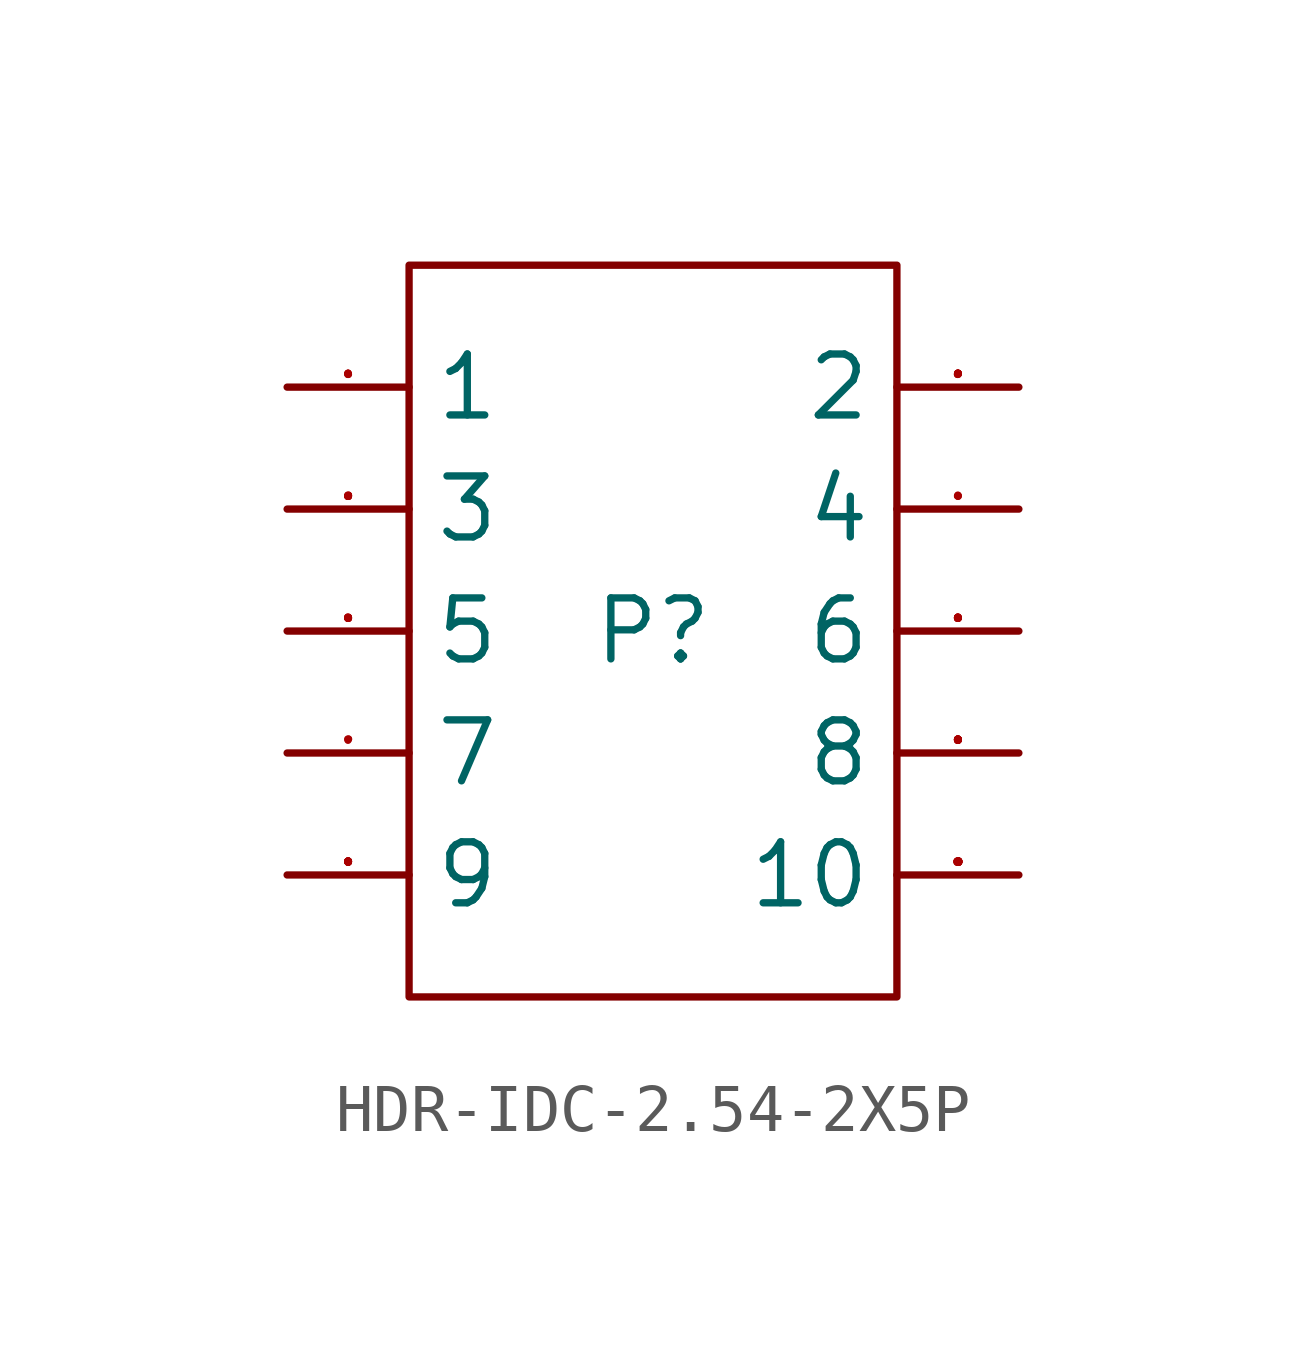
<source format=kicad_sym>
(kicad_symbol_lib
  (version 20231120)
  (generator "kicad_symbol_editor")
  (generator_version "8.0")
  (symbol "HDR-IDC-2.54-2X5P"
    (property "Reference" "P"
      (at 0 0 0)
      (effects (font (size 1.27 1.27))))
    (property "Value" ""
      (at 0 0 0)
      (effects (font (size 1.27 1.27))))
    (symbol "HDR-IDC-2.54-2X5P_1_0"
      (rectangle (start -5.08 -7.62) (end 5.08 7.62) (stroke (width 0) (type default)) (fill (type none)))
      (pin input line (at -7.62 5.08 0) (length 2.54) (name "1" (effects (font (size 1.27 1.27)))) (number "1" (effects (font (size 0.025 0.025)))))
      (pin input line (at 7.62 -5.08 180) (length 2.54) (name "10" (effects (font (size 1.27 1.27)))) (number "10" (effects (font (size 0.025 0.025)))))
      (pin input line (at 7.62 5.08 180) (length 2.54) (name "2" (effects (font (size 1.27 1.27)))) (number "2" (effects (font (size 0.025 0.025)))))
      (pin input line (at -7.62 2.54 0) (length 2.54) (name "3" (effects (font (size 1.27 1.27)))) (number "3" (effects (font (size 0.025 0.025)))))
      (pin input line (at 7.62 2.54 180) (length 2.54) (name "4" (effects (font (size 1.27 1.27)))) (number "4" (effects (font (size 0.025 0.025)))))
      (pin input line (at -7.62 0 0) (length 2.54) (name "5" (effects (font (size 1.27 1.27)))) (number "5" (effects (font (size 0.025 0.025)))))
      (pin input line (at 7.62 0 180) (length 2.54) (name "6" (effects (font (size 1.27 1.27)))) (number "6" (effects (font (size 0.025 0.025)))))
      (pin input line (at -7.62 -2.54 0) (length 2.54) (name "7" (effects (font (size 1.27 1.27)))) (number "7" (effects (font (size 0.025 0.025)))))
      (pin input line (at 7.62 -2.54 180) (length 2.54) (name "8" (effects (font (size 1.27 1.27)))) (number "8" (effects (font (size 0.025 0.025)))))
      (pin input line (at -7.62 -5.08 0) (length 2.54) (name "9" (effects (font (size 1.27 1.27)))) (number "9" (effects (font (size 0.025 0.025))))))))
</source>
